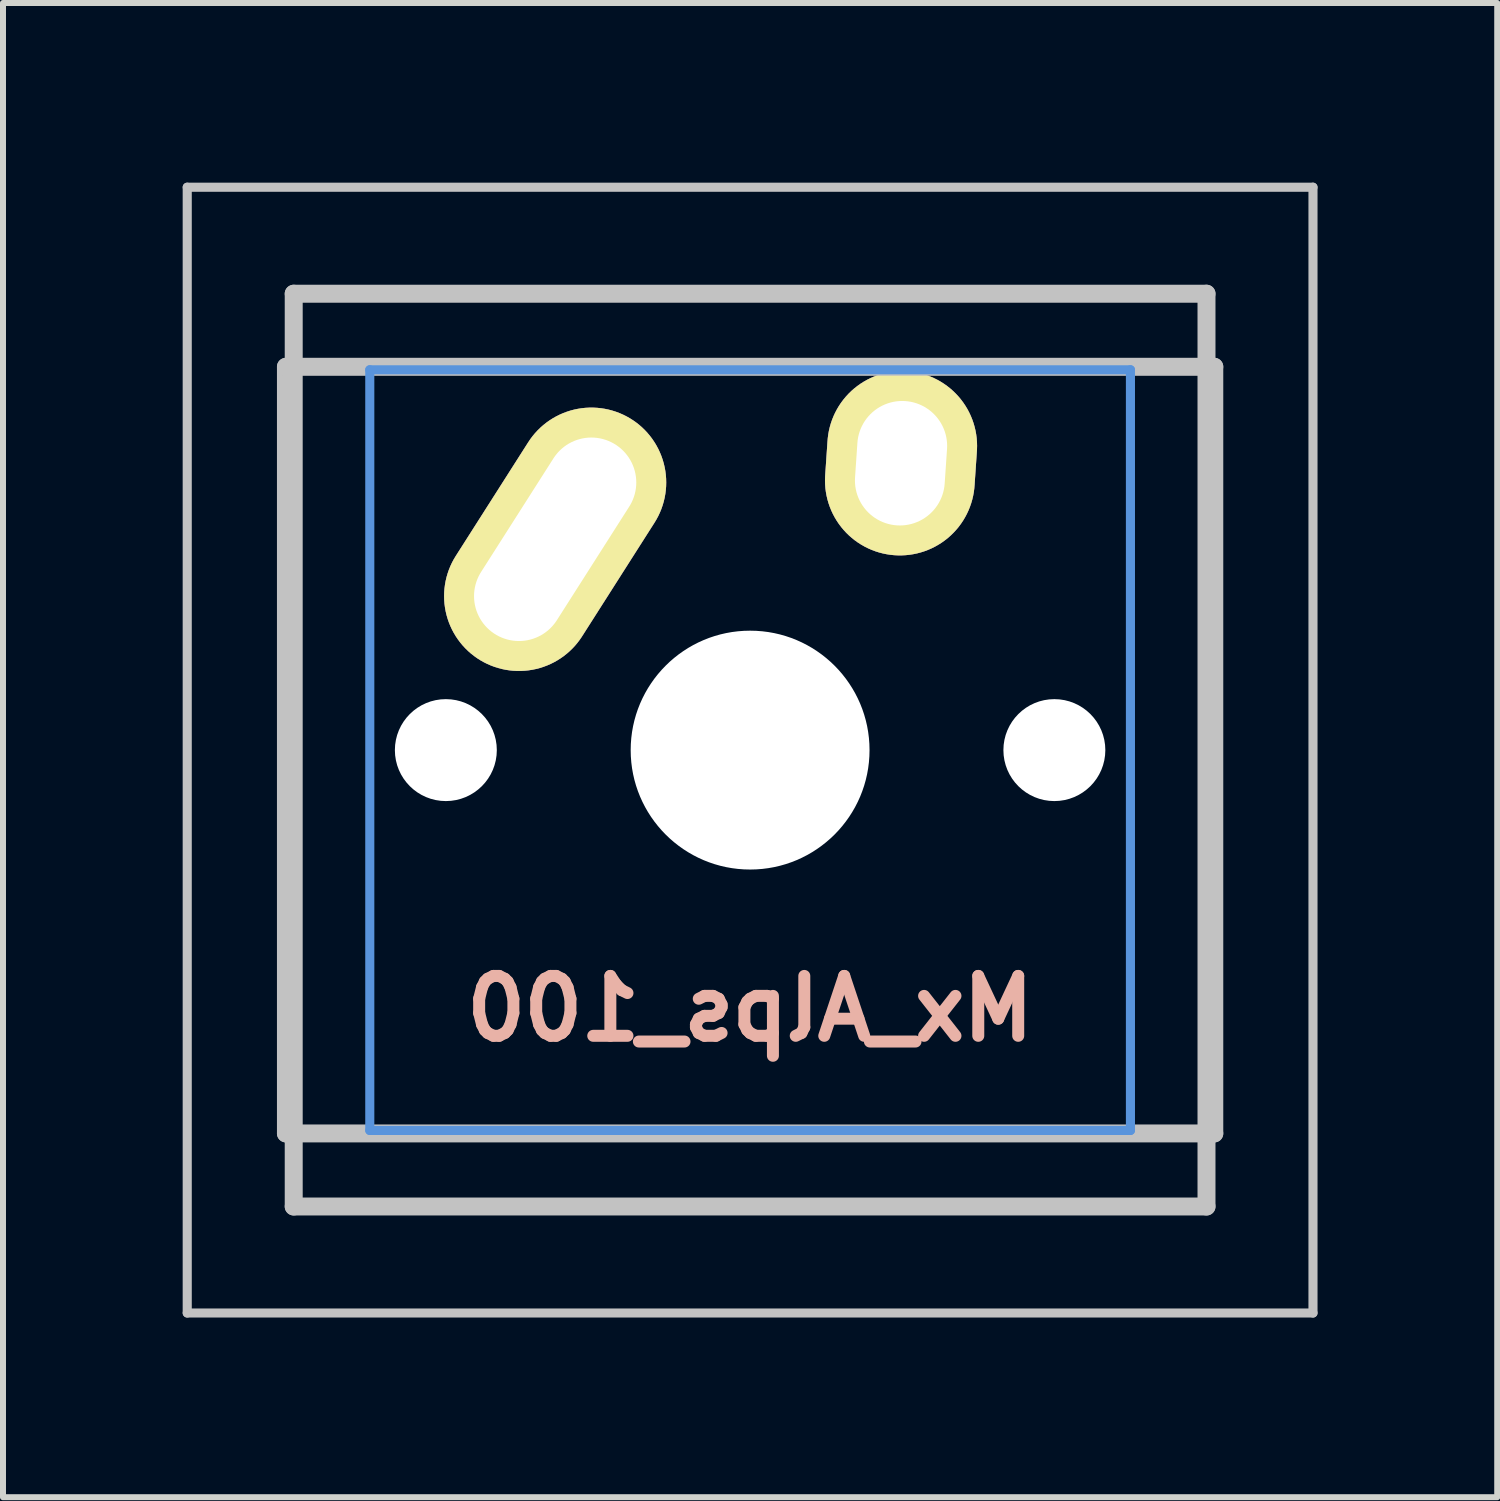
<source format=kicad_pcb>
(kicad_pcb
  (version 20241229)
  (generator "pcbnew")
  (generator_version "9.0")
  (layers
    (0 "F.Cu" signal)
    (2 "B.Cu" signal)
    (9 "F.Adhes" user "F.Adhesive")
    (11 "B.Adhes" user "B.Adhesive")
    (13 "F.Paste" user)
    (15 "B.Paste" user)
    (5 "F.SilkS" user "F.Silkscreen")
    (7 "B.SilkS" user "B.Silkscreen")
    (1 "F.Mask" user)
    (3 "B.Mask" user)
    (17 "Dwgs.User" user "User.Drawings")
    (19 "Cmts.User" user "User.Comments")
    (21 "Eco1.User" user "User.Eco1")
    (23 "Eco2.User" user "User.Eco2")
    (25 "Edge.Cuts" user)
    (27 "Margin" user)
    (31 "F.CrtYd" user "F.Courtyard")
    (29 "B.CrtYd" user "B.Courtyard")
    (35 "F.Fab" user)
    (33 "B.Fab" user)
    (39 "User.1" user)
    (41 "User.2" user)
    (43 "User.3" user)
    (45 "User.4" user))
  (footprint "Mx_Alps_100"
    (layer "F.Cu")
    (at 9.474 9.474)
    (property "Reference" "Mx_Alps_100" (at 0 4.318 0) (layer "B.SilkS") (effects (font (size 1 1) (thickness 0.2)) (justify mirror)))
    (attr through_hole)
    (fp_line (start -9.398 -9.398) (end 9.398 -9.398) (stroke (width 0.152) (type solid)) (layer "Dwgs.User"))
    (fp_line (start -9.398 9.398) (end -9.398 -9.398) (stroke (width 0.152) (type solid)) (layer "Dwgs.User"))
    (fp_line (start -7.75 6.4) (end -7.75 -6.4) (stroke (width 0.3) (type solid)) (layer "Dwgs.User"))
    (fp_line (start -7.75 6.4) (end 7.75 6.4) (stroke (width 0.3) (type solid)) (layer "Dwgs.User"))
    (fp_line (start -7.62 -7.62) (end 7.62 -7.62) (stroke (width 0.3) (type solid)) (layer "Dwgs.User"))
    (fp_line (start -7.62 7.62) (end -7.62 -7.62) (stroke (width 0.3) (type solid)) (layer "Dwgs.User"))
    (fp_line (start 7.62 -7.62) (end 7.62 7.62) (stroke (width 0.3) (type solid)) (layer "Dwgs.User"))
    (fp_line (start 7.62 7.62) (end -7.62 7.62) (stroke (width 0.3) (type solid)) (layer "Dwgs.User"))
    (fp_line (start 7.75 -6.4) (end -7.75 -6.4) (stroke (width 0.3) (type solid)) (layer "Dwgs.User"))
    (fp_line (start 7.75 6.4) (end 7.75 -6.4) (stroke (width 0.3) (type solid)) (layer "Dwgs.User"))
    (fp_line (start 9.398 -9.398) (end 9.398 9.398) (stroke (width 0.152) (type solid)) (layer "Dwgs.User"))
    (fp_line (start 9.398 9.398) (end -9.398 9.398) (stroke (width 0.152) (type solid)) (layer "Dwgs.User"))
    (fp_line (start -6.35 -6.35) (end 6.35 -6.35) (stroke (width 0.152) (type solid)) (layer "Cmts.User"))
    (fp_line (start -6.35 6.35) (end -6.35 -6.35) (stroke (width 0.152) (type solid)) (layer "Cmts.User"))
    (fp_line (start 6.35 -6.35) (end 6.35 6.35) (stroke (width 0.152) (type solid)) (layer "Cmts.User"))
    (fp_line (start 6.35 6.35) (end -6.35 6.35) (stroke (width 0.152) (type solid)) (layer "Cmts.User"))
    (fp_line (start -6.985 -6.985) (end 6.985 -6.985) (stroke (width 0.152) (type solid)) (layer "Eco2.User"))
    (fp_line (start -6.985 6.985) (end -6.985 -6.985) (stroke (width 0.152) (type solid)) (layer "Eco2.User"))
    (fp_line (start 6.985 -6.985) (end 6.985 6.985) (stroke (width 0.152) (type solid)) (layer "Eco2.User"))
    (fp_line (start 6.985 6.985) (end -6.985 6.985) (stroke (width 0.152) (type solid)) (layer "Eco2.User"))
    (pad "" np_thru_hole circle (at -5.08 0) (size 1.702 1.702) (drill 1.702) (layers "*.Cu"))
    (pad "" np_thru_hole circle (at 0 0) (size 3.988 3.988) (drill 3.988) (layers "*.Cu"))
    (pad "" np_thru_hole circle (at 5.08 0) (size 1.702 1.702) (drill 1.702) (layers "*.Cu"))
    (pad "1" thru_hole oval (at -3.255 -3.52 327.5) (size 2.5 4.75) (drill oval 1.5 3.75) (layers "*.Cu" "*.Mask" "F.SilkS"))
    (pad "2" thru_hole oval (at 2.52 -4.79 356.1) (size 2.5 3.08) (drill oval 1.5 2.08) (layers "*.Cu" "*.Mask" "F.SilkS")))
  (gr_rect
    (start -3 -3)
    (end 21.948 21.948)
    (stroke (width 0.1) (type default))
    (fill no)
    (layer "Edge.Cuts")))
</source>
